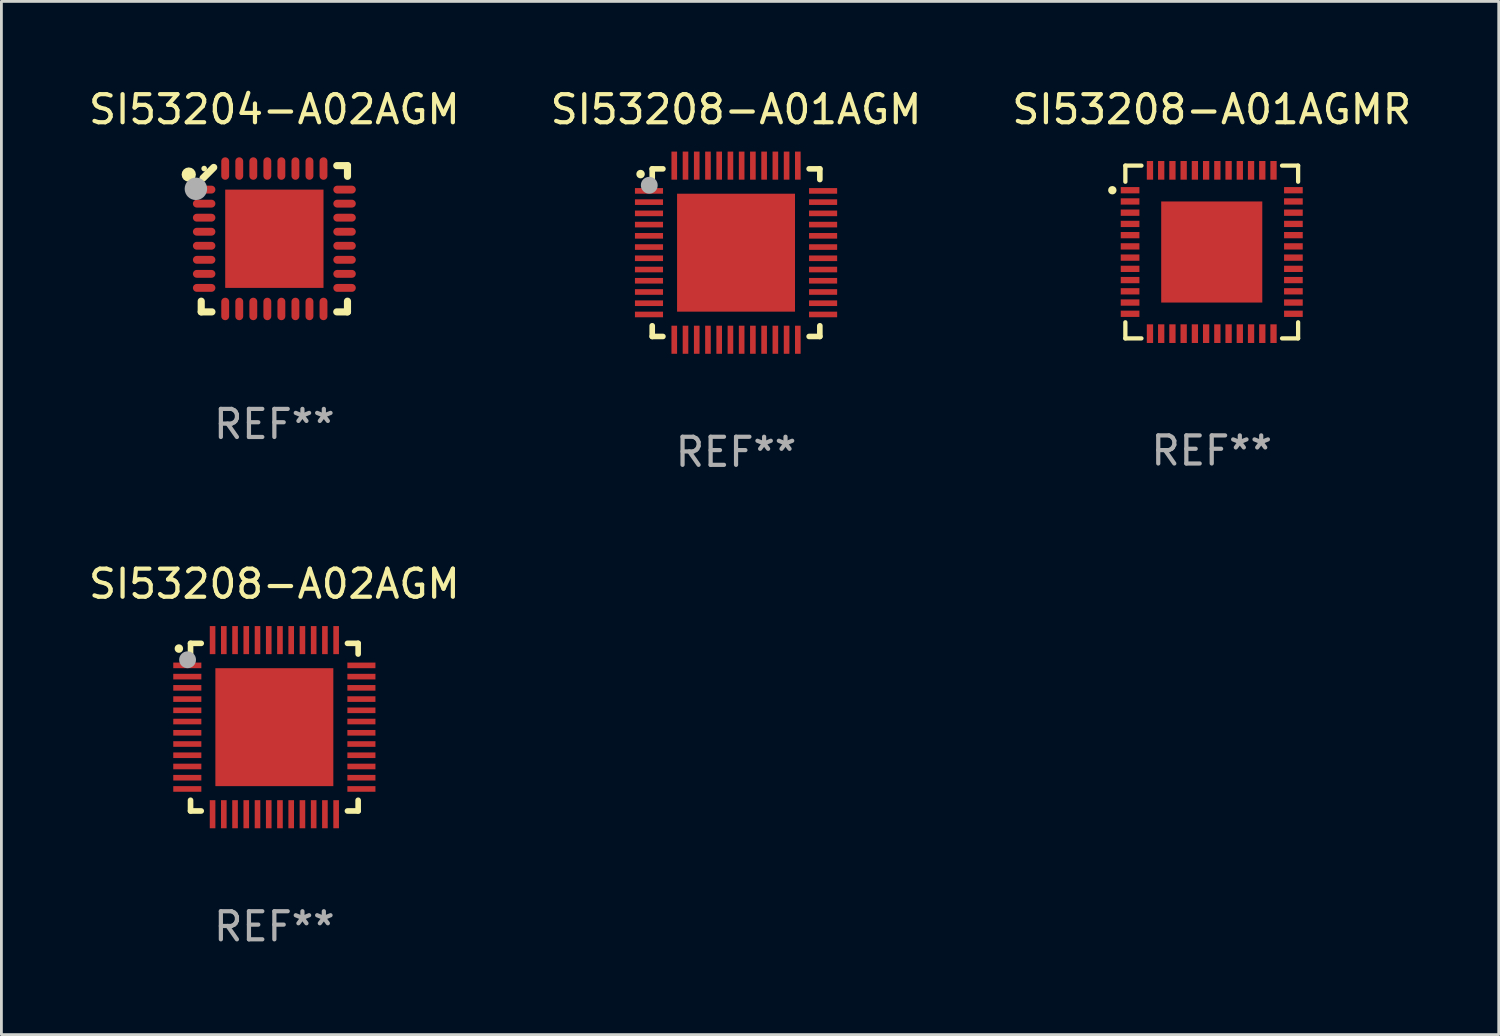
<source format=kicad_pcb>
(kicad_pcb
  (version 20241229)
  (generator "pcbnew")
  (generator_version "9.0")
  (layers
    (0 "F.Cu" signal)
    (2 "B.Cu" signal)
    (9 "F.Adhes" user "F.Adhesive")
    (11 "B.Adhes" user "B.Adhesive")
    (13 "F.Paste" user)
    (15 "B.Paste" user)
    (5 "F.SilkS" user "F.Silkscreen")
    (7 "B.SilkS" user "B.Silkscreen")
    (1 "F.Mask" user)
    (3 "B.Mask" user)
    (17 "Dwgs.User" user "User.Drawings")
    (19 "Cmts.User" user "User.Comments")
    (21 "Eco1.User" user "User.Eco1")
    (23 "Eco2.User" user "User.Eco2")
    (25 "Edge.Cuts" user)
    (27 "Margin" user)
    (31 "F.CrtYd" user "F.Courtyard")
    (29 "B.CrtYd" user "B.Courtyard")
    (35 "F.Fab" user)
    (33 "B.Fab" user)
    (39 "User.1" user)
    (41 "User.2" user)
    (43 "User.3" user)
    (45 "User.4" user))
  (footprint "SI53208-A01AGM"
    (layer "F.Cu")
    (at 23.161 5.948)
    (property "Reference" "SI53208-A01AGM" (at 0 -5.1 0) (layer "F.SilkS") (effects (font (size 1 1) (thickness 0.15))))
    (attr through_hole)
    (fp_line (start -2.985 -2.985) (end -2.604 -2.985) (stroke (width 0.2) (type solid)) (layer "F.SilkS"))
    (fp_line (start -2.985 -2.604) (end -2.985 -2.985) (stroke (width 0.2) (type solid)) (layer "F.SilkS"))
    (fp_line (start -2.985 2.984) (end -2.985 2.603) (stroke (width 0.2) (type solid)) (layer "F.SilkS"))
    (fp_line (start -2.604 2.984) (end -2.985 2.984) (stroke (width 0.2) (type solid)) (layer "F.SilkS"))
    (fp_line (start 2.603 -2.985) (end 2.984 -2.985) (stroke (width 0.2) (type solid)) (layer "F.SilkS"))
    (fp_line (start 2.984 -2.985) (end 2.984 -2.604) (stroke (width 0.2) (type solid)) (layer "F.SilkS"))
    (fp_line (start 2.984 2.603) (end 2.984 2.984) (stroke (width 0.2) (type solid)) (layer "F.SilkS"))
    (fp_line (start 2.984 2.984) (end 2.603 2.984) (stroke (width 0.2) (type solid)) (layer "F.SilkS"))
    (fp_arc (start -3.400076 -2.797562) (mid -3.400081 -2.798806) (end -3.400076 -2.800051) (stroke (width 0.3) (type solid)) (layer "F.SilkS"))
    (fp_circle (center -3 -3) (end -2.97 -3) (stroke (width 0.06) (type solid)) (fill no) (layer "F.SilkS"))
    (fp_circle (center -3.09 -2.4) (end -2.94 -2.4) (stroke (width 0.3) (type solid)) (fill no) (layer "F.Fab"))
    (fp_text user "REF**" (at 0 7.1 0) (layer "F.Fab") (effects (font (size 1 1) (thickness 0.15))))
    (pad "1" smd rect (at -3.1 -2.2) (size 1 0.2) (layers "F.Cu" "F.Mask" "F.Paste"))
    (pad "2" smd rect (at -3.1 -1.8) (size 1 0.2) (layers "F.Cu" "F.Mask" "F.Paste"))
    (pad "3" smd rect (at -3.1 -1.4) (size 1 0.2) (layers "F.Cu" "F.Mask" "F.Paste"))
    (pad "4" smd rect (at -3.1 -1) (size 1 0.2) (layers "F.Cu" "F.Mask" "F.Paste"))
    (pad "5" smd rect (at -3.1 -0.6) (size 1 0.2) (layers "F.Cu" "F.Mask" "F.Paste"))
    (pad "6" smd rect (at -3.1 -0.2) (size 1 0.2) (layers "F.Cu" "F.Mask" "F.Paste"))
    (pad "7" smd rect (at -3.1 0.2) (size 1 0.2) (layers "F.Cu" "F.Mask" "F.Paste"))
    (pad "8" smd rect (at -3.1 0.6) (size 1 0.2) (layers "F.Cu" "F.Mask" "F.Paste"))
    (pad "9" smd rect (at -3.1 1) (size 1 0.2) (layers "F.Cu" "F.Mask" "F.Paste"))
    (pad "10" smd rect (at -3.1 1.4) (size 1 0.2) (layers "F.Cu" "F.Mask" "F.Paste"))
    (pad "11" smd rect (at -3.1 1.8) (size 1 0.2) (layers "F.Cu" "F.Mask" "F.Paste"))
    (pad "12" smd rect (at -3.1 2.2) (size 1 0.2) (layers "F.Cu" "F.Mask" "F.Paste"))
    (pad "13" smd rect (at -2.2 3.1) (size 0.2 1) (layers "F.Cu" "F.Mask" "F.Paste"))
    (pad "14" smd rect (at -1.8 3.1) (size 0.2 1) (layers "F.Cu" "F.Mask" "F.Paste"))
    (pad "15" smd rect (at -1.4 3.1) (size 0.2 1) (layers "F.Cu" "F.Mask" "F.Paste"))
    (pad "16" smd rect (at -1 3.1) (size 0.2 1) (layers "F.Cu" "F.Mask" "F.Paste"))
    (pad "17" smd rect (at -0.6 3.1) (size 0.2 1) (layers "F.Cu" "F.Mask" "F.Paste"))
    (pad "18" smd rect (at -0.2 3.1) (size 0.2 1) (layers "F.Cu" "F.Mask" "F.Paste"))
    (pad "19" smd rect (at 0.2 3.1) (size 0.2 1) (layers "F.Cu" "F.Mask" "F.Paste"))
    (pad "20" smd rect (at 0.6 3.1) (size 0.2 1) (layers "F.Cu" "F.Mask" "F.Paste"))
    (pad "21" smd rect (at 1 3.1) (size 0.2 1) (layers "F.Cu" "F.Mask" "F.Paste"))
    (pad "22" smd rect (at 1.4 3.1) (size 0.2 1) (layers "F.Cu" "F.Mask" "F.Paste"))
    (pad "23" smd rect (at 1.8 3.1) (size 0.2 1) (layers "F.Cu" "F.Mask" "F.Paste"))
    (pad "24" smd rect (at 2.2 3.1) (size 0.2 1) (layers "F.Cu" "F.Mask" "F.Paste"))
    (pad "25" smd rect (at 3.1 2.2) (size 1 0.2) (layers "F.Cu" "F.Mask" "F.Paste"))
    (pad "26" smd rect (at 3.1 1.8) (size 1 0.2) (layers "F.Cu" "F.Mask" "F.Paste"))
    (pad "27" smd rect (at 3.1 1.4) (size 1 0.2) (layers "F.Cu" "F.Mask" "F.Paste"))
    (pad "28" smd rect (at 3.1 1) (size 1 0.2) (layers "F.Cu" "F.Mask" "F.Paste"))
    (pad "29" smd rect (at 3.1 0.6) (size 1 0.2) (layers "F.Cu" "F.Mask" "F.Paste"))
    (pad "30" smd rect (at 3.1 0.2) (size 1 0.2) (layers "F.Cu" "F.Mask" "F.Paste"))
    (pad "31" smd rect (at 3.1 -0.2) (size 1 0.2) (layers "F.Cu" "F.Mask" "F.Paste"))
    (pad "32" smd rect (at 3.1 -0.6) (size 1 0.2) (layers "F.Cu" "F.Mask" "F.Paste"))
    (pad "33" smd rect (at 3.1 -1) (size 1 0.2) (layers "F.Cu" "F.Mask" "F.Paste"))
    (pad "34" smd rect (at 3.1 -1.4) (size 1 0.2) (layers "F.Cu" "F.Mask" "F.Paste"))
    (pad "35" smd rect (at 3.1 -1.8) (size 1 0.2) (layers "F.Cu" "F.Mask" "F.Paste"))
    (pad "36" smd rect (at 3.1 -2.2) (size 1 0.2) (layers "F.Cu" "F.Mask" "F.Paste"))
    (pad "37" smd rect (at 2.2 -3.1) (size 0.2 1) (layers "F.Cu" "F.Mask" "F.Paste"))
    (pad "38" smd rect (at 1.8 -3.1) (size 0.2 1) (layers "F.Cu" "F.Mask" "F.Paste"))
    (pad "39" smd rect (at 1.4 -3.1) (size 0.2 1) (layers "F.Cu" "F.Mask" "F.Paste"))
    (pad "40" smd rect (at 1 -3.1) (size 0.2 1) (layers "F.Cu" "F.Mask" "F.Paste"))
    (pad "41" smd rect (at 0.6 -3.1) (size 0.2 1) (layers "F.Cu" "F.Mask" "F.Paste"))
    (pad "42" smd rect (at 0.2 -3.1) (size 0.2 1) (layers "F.Cu" "F.Mask" "F.Paste"))
    (pad "43" smd rect (at -0.2 -3.1) (size 0.2 1) (layers "F.Cu" "F.Mask" "F.Paste"))
    (pad "44" smd rect (at -0.6 -3.1) (size 0.2 1) (layers "F.Cu" "F.Mask" "F.Paste"))
    (pad "45" smd rect (at -1 -3.1) (size 0.2 1) (layers "F.Cu" "F.Mask" "F.Paste"))
    (pad "46" smd rect (at -1.4 -3.1) (size 0.2 1) (layers "F.Cu" "F.Mask" "F.Paste"))
    (pad "47" smd rect (at -1.8 -3.1) (size 0.2 1) (layers "F.Cu" "F.Mask" "F.Paste"))
    (pad "48" smd rect (at -2.2 -3.1) (size 0.2 1) (layers "F.Cu" "F.Mask" "F.Paste"))
    (pad "49" smd rect (at -0.000127 0) (size 4.2 4.2) (layers "F.Cu" "F.Mask" "F.Paste")))
  (footprint "SI53204-A02AGM"
    (layer "F.Cu")
    (at 6.72 5.452)
    (property "Reference" "SI53204-A02AGM" (at 0 -4.604 0) (layer "F.SilkS") (effects (font (size 1 1) (thickness 0.15))))
    (attr through_hole)
    (fp_line (start -2.604 2.223) (end -2.604 2.604) (stroke (width 0.254) (type solid)) (layer "F.SilkS"))
    (fp_line (start -2.604 2.604) (end -2.223 2.604) (stroke (width 0.254) (type solid)) (layer "F.SilkS"))
    (fp_line (start -2.159 -2.54) (end -2.54 -2.159) (stroke (width 0.254) (type solid)) (layer "F.SilkS"))
    (fp_line (start 2.223 2.604) (end 2.604 2.604) (stroke (width 0.254) (type solid)) (layer "F.SilkS"))
    (fp_line (start 2.604 -2.604) (end 2.223 -2.604) (stroke (width 0.254) (type solid)) (layer "F.SilkS"))
    (fp_line (start 2.604 -2.223) (end 2.604 -2.604) (stroke (width 0.254) (type solid)) (layer "F.SilkS"))
    (fp_line (start 2.604 2.604) (end 2.604 2.223) (stroke (width 0.254) (type solid)) (layer "F.SilkS"))
    (fp_circle (center -3.048 -2.286) (end -2.921 -2.286) (stroke (width 0.254) (type solid)) (fill no) (layer "F.SilkS"))
    (fp_circle (center -2.5 -2.5) (end -2.45 -2.5) (stroke (width 0.1) (type solid)) (fill no) (layer "F.SilkS"))
    (fp_circle (center -2.794 -1.778) (end -2.594 -1.778) (stroke (width 0.4) (type solid)) (fill no) (layer "F.Fab"))
    (fp_text user "REF**" (at 0 6.604 0) (layer "F.Fab") (effects (font (size 1 1) (thickness 0.15))))
    (pad "1" smd oval (at -2.5 -1.75) (size 0.8 0.28) (layers "F.Cu" "F.Mask" "F.Paste"))
    (pad "2" smd oval (at -2.5 -1.25) (size 0.8 0.28) (layers "F.Cu" "F.Mask" "F.Paste"))
    (pad "3" smd oval (at -2.5 -0.75) (size 0.8 0.28) (layers "F.Cu" "F.Mask" "F.Paste"))
    (pad "4" smd oval (at -2.5 -0.25) (size 0.8 0.28) (layers "F.Cu" "F.Mask" "F.Paste"))
    (pad "5" smd oval (at -2.5 0.25) (size 0.8 0.28) (layers "F.Cu" "F.Mask" "F.Paste"))
    (pad "6" smd oval (at -2.5 0.75) (size 0.8 0.28) (layers "F.Cu" "F.Mask" "F.Paste"))
    (pad "7" smd oval (at -2.5 1.25) (size 0.8 0.28) (layers "F.Cu" "F.Mask" "F.Paste"))
    (pad "8" smd oval (at -2.5 1.75) (size 0.8 0.28) (layers "F.Cu" "F.Mask" "F.Paste"))
    (pad "9" smd oval (at -1.75 2.5) (size 0.28 0.8) (layers "F.Cu" "F.Mask" "F.Paste"))
    (pad "10" smd oval (at -1.25 2.5) (size 0.28 0.8) (layers "F.Cu" "F.Mask" "F.Paste"))
    (pad "11" smd oval (at -0.75 2.5) (size 0.28 0.8) (layers "F.Cu" "F.Mask" "F.Paste"))
    (pad "12" smd oval (at -0.25 2.5) (size 0.28 0.8) (layers "F.Cu" "F.Mask" "F.Paste"))
    (pad "13" smd oval (at 0.25 2.5) (size 0.28 0.8) (layers "F.Cu" "F.Mask" "F.Paste"))
    (pad "14" smd oval (at 0.75 2.5) (size 0.28 0.8) (layers "F.Cu" "F.Mask" "F.Paste"))
    (pad "15" smd oval (at 1.25 2.5) (size 0.28 0.8) (layers "F.Cu" "F.Mask" "F.Paste"))
    (pad "16" smd oval (at 1.75 2.5) (size 0.28 0.8) (layers "F.Cu" "F.Mask" "F.Paste"))
    (pad "17" smd oval (at 2.5 1.75) (size 0.8 0.28) (layers "F.Cu" "F.Mask" "F.Paste"))
    (pad "18" smd oval (at 2.5 1.25) (size 0.8 0.28) (layers "F.Cu" "F.Mask" "F.Paste"))
    (pad "19" smd oval (at 2.5 0.75) (size 0.8 0.28) (layers "F.Cu" "F.Mask" "F.Paste"))
    (pad "20" smd oval (at 2.5 0.25) (size 0.8 0.28) (layers "F.Cu" "F.Mask" "F.Paste"))
    (pad "21" smd oval (at 2.5 -0.25) (size 0.8 0.28) (layers "F.Cu" "F.Mask" "F.Paste"))
    (pad "22" smd oval (at 2.5 -0.75) (size 0.8 0.28) (layers "F.Cu" "F.Mask" "F.Paste"))
    (pad "23" smd oval (at 2.5 -1.25) (size 0.8 0.28) (layers "F.Cu" "F.Mask" "F.Paste"))
    (pad "24" smd oval (at 2.5 -1.75) (size 0.8 0.28) (layers "F.Cu" "F.Mask" "F.Paste"))
    (pad "25" smd oval (at 1.75 -2.5) (size 0.28 0.8) (layers "F.Cu" "F.Mask" "F.Paste"))
    (pad "26" smd oval (at 1.25 -2.5) (size 0.28 0.8) (layers "F.Cu" "F.Mask" "F.Paste"))
    (pad "27" smd oval (at 0.75 -2.5) (size 0.28 0.8) (layers "F.Cu" "F.Mask" "F.Paste"))
    (pad "28" smd oval (at 0.25 -2.5) (size 0.28 0.8) (layers "F.Cu" "F.Mask" "F.Paste"))
    (pad "29" smd oval (at -0.25 -2.5) (size 0.28 0.8) (layers "F.Cu" "F.Mask" "F.Paste"))
    (pad "30" smd oval (at -0.75 -2.5) (size 0.28 0.8) (layers "F.Cu" "F.Mask" "F.Paste"))
    (pad "31" smd oval (at -1.25 -2.5) (size 0.28 0.8) (layers "F.Cu" "F.Mask" "F.Paste"))
    (pad "32" smd oval (at -1.75 -2.5) (size 0.28 0.8) (layers "F.Cu" "F.Mask" "F.Paste"))
    (pad "33" smd rect (at 0.000076 0.000076) (size 3.5 3.5) (layers "F.Cu" "F.Mask" "F.Paste")))
  (footprint "SI53208-A02AGM"
    (layer "F.Cu")
    (at 6.72 22.845)
    (property "Reference" "SI53208-A02AGM" (at 0 -5.1 0) (layer "F.SilkS") (effects (font (size 1 1) (thickness 0.15))))
    (attr through_hole)
    (fp_line (start -2.985 -2.985) (end -2.604 -2.985) (stroke (width 0.2) (type solid)) (layer "F.SilkS"))
    (fp_line (start -2.985 -2.604) (end -2.985 -2.985) (stroke (width 0.2) (type solid)) (layer "F.SilkS"))
    (fp_line (start -2.985 2.984) (end -2.985 2.603) (stroke (width 0.2) (type solid)) (layer "F.SilkS"))
    (fp_line (start -2.604 2.984) (end -2.985 2.984) (stroke (width 0.2) (type solid)) (layer "F.SilkS"))
    (fp_line (start 2.603 -2.985) (end 2.984 -2.985) (stroke (width 0.2) (type solid)) (layer "F.SilkS"))
    (fp_line (start 2.984 -2.985) (end 2.984 -2.604) (stroke (width 0.2) (type solid)) (layer "F.SilkS"))
    (fp_line (start 2.984 2.603) (end 2.984 2.984) (stroke (width 0.2) (type solid)) (layer "F.SilkS"))
    (fp_line (start 2.984 2.984) (end 2.603 2.984) (stroke (width 0.2) (type solid)) (layer "F.SilkS"))
    (fp_arc (start -3.400076 -2.797562) (mid -3.400081 -2.798806) (end -3.400076 -2.800051) (stroke (width 0.3) (type solid)) (layer "F.SilkS"))
    (fp_circle (center -3 -3) (end -2.97 -3) (stroke (width 0.06) (type solid)) (fill no) (layer "F.SilkS"))
    (fp_circle (center -3.09 -2.4) (end -2.94 -2.4) (stroke (width 0.3) (type solid)) (fill no) (layer "F.Fab"))
    (fp_text user "REF**" (at 0 7.1 0) (layer "F.Fab") (effects (font (size 1 1) (thickness 0.15))))
    (pad "1" smd rect (at -3.1 -2.2) (size 1 0.2) (layers "F.Cu" "F.Mask" "F.Paste"))
    (pad "2" smd rect (at -3.1 -1.8) (size 1 0.2) (layers "F.Cu" "F.Mask" "F.Paste"))
    (pad "3" smd rect (at -3.1 -1.4) (size 1 0.2) (layers "F.Cu" "F.Mask" "F.Paste"))
    (pad "4" smd rect (at -3.1 -1) (size 1 0.2) (layers "F.Cu" "F.Mask" "F.Paste"))
    (pad "5" smd rect (at -3.1 -0.6) (size 1 0.2) (layers "F.Cu" "F.Mask" "F.Paste"))
    (pad "6" smd rect (at -3.1 -0.2) (size 1 0.2) (layers "F.Cu" "F.Mask" "F.Paste"))
    (pad "7" smd rect (at -3.1 0.2) (size 1 0.2) (layers "F.Cu" "F.Mask" "F.Paste"))
    (pad "8" smd rect (at -3.1 0.6) (size 1 0.2) (layers "F.Cu" "F.Mask" "F.Paste"))
    (pad "9" smd rect (at -3.1 1) (size 1 0.2) (layers "F.Cu" "F.Mask" "F.Paste"))
    (pad "10" smd rect (at -3.1 1.4) (size 1 0.2) (layers "F.Cu" "F.Mask" "F.Paste"))
    (pad "11" smd rect (at -3.1 1.8) (size 1 0.2) (layers "F.Cu" "F.Mask" "F.Paste"))
    (pad "12" smd rect (at -3.1 2.2) (size 1 0.2) (layers "F.Cu" "F.Mask" "F.Paste"))
    (pad "13" smd rect (at -2.2 3.1) (size 0.2 1) (layers "F.Cu" "F.Mask" "F.Paste"))
    (pad "14" smd rect (at -1.8 3.1) (size 0.2 1) (layers "F.Cu" "F.Mask" "F.Paste"))
    (pad "15" smd rect (at -1.4 3.1) (size 0.2 1) (layers "F.Cu" "F.Mask" "F.Paste"))
    (pad "16" smd rect (at -1 3.1) (size 0.2 1) (layers "F.Cu" "F.Mask" "F.Paste"))
    (pad "17" smd rect (at -0.6 3.1) (size 0.2 1) (layers "F.Cu" "F.Mask" "F.Paste"))
    (pad "18" smd rect (at -0.2 3.1) (size 0.2 1) (layers "F.Cu" "F.Mask" "F.Paste"))
    (pad "19" smd rect (at 0.2 3.1) (size 0.2 1) (layers "F.Cu" "F.Mask" "F.Paste"))
    (pad "20" smd rect (at 0.6 3.1) (size 0.2 1) (layers "F.Cu" "F.Mask" "F.Paste"))
    (pad "21" smd rect (at 1 3.1) (size 0.2 1) (layers "F.Cu" "F.Mask" "F.Paste"))
    (pad "22" smd rect (at 1.4 3.1) (size 0.2 1) (layers "F.Cu" "F.Mask" "F.Paste"))
    (pad "23" smd rect (at 1.8 3.1) (size 0.2 1) (layers "F.Cu" "F.Mask" "F.Paste"))
    (pad "24" smd rect (at 2.2 3.1) (size 0.2 1) (layers "F.Cu" "F.Mask" "F.Paste"))
    (pad "25" smd rect (at 3.1 2.2) (size 1 0.2) (layers "F.Cu" "F.Mask" "F.Paste"))
    (pad "26" smd rect (at 3.1 1.8) (size 1 0.2) (layers "F.Cu" "F.Mask" "F.Paste"))
    (pad "27" smd rect (at 3.1 1.4) (size 1 0.2) (layers "F.Cu" "F.Mask" "F.Paste"))
    (pad "28" smd rect (at 3.1 1) (size 1 0.2) (layers "F.Cu" "F.Mask" "F.Paste"))
    (pad "29" smd rect (at 3.1 0.6) (size 1 0.2) (layers "F.Cu" "F.Mask" "F.Paste"))
    (pad "30" smd rect (at 3.1 0.2) (size 1 0.2) (layers "F.Cu" "F.Mask" "F.Paste"))
    (pad "31" smd rect (at 3.1 -0.2) (size 1 0.2) (layers "F.Cu" "F.Mask" "F.Paste"))
    (pad "32" smd rect (at 3.1 -0.6) (size 1 0.2) (layers "F.Cu" "F.Mask" "F.Paste"))
    (pad "33" smd rect (at 3.1 -1) (size 1 0.2) (layers "F.Cu" "F.Mask" "F.Paste"))
    (pad "34" smd rect (at 3.1 -1.4) (size 1 0.2) (layers "F.Cu" "F.Mask" "F.Paste"))
    (pad "35" smd rect (at 3.1 -1.8) (size 1 0.2) (layers "F.Cu" "F.Mask" "F.Paste"))
    (pad "36" smd rect (at 3.1 -2.2) (size 1 0.2) (layers "F.Cu" "F.Mask" "F.Paste"))
    (pad "37" smd rect (at 2.2 -3.1) (size 0.2 1) (layers "F.Cu" "F.Mask" "F.Paste"))
    (pad "38" smd rect (at 1.8 -3.1) (size 0.2 1) (layers "F.Cu" "F.Mask" "F.Paste"))
    (pad "39" smd rect (at 1.4 -3.1) (size 0.2 1) (layers "F.Cu" "F.Mask" "F.Paste"))
    (pad "40" smd rect (at 1 -3.1) (size 0.2 1) (layers "F.Cu" "F.Mask" "F.Paste"))
    (pad "41" smd rect (at 0.6 -3.1) (size 0.2 1) (layers "F.Cu" "F.Mask" "F.Paste"))
    (pad "42" smd rect (at 0.2 -3.1) (size 0.2 1) (layers "F.Cu" "F.Mask" "F.Paste"))
    (pad "43" smd rect (at -0.2 -3.1) (size 0.2 1) (layers "F.Cu" "F.Mask" "F.Paste"))
    (pad "44" smd rect (at -0.6 -3.1) (size 0.2 1) (layers "F.Cu" "F.Mask" "F.Paste"))
    (pad "45" smd rect (at -1 -3.1) (size 0.2 1) (layers "F.Cu" "F.Mask" "F.Paste"))
    (pad "46" smd rect (at -1.4 -3.1) (size 0.2 1) (layers "F.Cu" "F.Mask" "F.Paste"))
    (pad "47" smd rect (at -1.8 -3.1) (size 0.2 1) (layers "F.Cu" "F.Mask" "F.Paste"))
    (pad "48" smd rect (at -2.2 -3.1) (size 0.2 1) (layers "F.Cu" "F.Mask" "F.Paste"))
    (pad "49" smd rect (at -0.000127 0) (size 4.2 4.2) (layers "F.Cu" "F.Mask" "F.Paste")))
  (footprint "SI53208-A01AGMR"
    (layer "F.Cu")
    (at 40.101 5.924)
    (property "Reference" "SI53208-A01AGMR" (at 0 -5.076 0) (layer "F.SilkS") (effects (font (size 1 1) (thickness 0.15))))
    (attr through_hole)
    (fp_line (start -3.076 -3.076) (end -3.076 -2.503) (stroke (width 0.152) (type solid)) (layer "F.SilkS"))
    (fp_line (start -3.076 3.076) (end -3.076 2.503) (stroke (width 0.152) (type solid)) (layer "F.SilkS"))
    (fp_line (start -2.503 -3.076) (end -3.076 -3.076) (stroke (width 0.152) (type solid)) (layer "F.SilkS"))
    (fp_line (start -2.503 3.076) (end -3.076 3.076) (stroke (width 0.152) (type solid)) (layer "F.SilkS"))
    (fp_line (start 2.503 -3.076) (end 3.076 -3.076) (stroke (width 0.152) (type solid)) (layer "F.SilkS"))
    (fp_line (start 2.503 3.076) (end 3.076 3.076) (stroke (width 0.152) (type solid)) (layer "F.SilkS"))
    (fp_line (start 3.076 -3.076) (end 3.076 -2.503) (stroke (width 0.152) (type solid)) (layer "F.SilkS"))
    (fp_line (start 3.076 3.076) (end 3.076 2.503) (stroke (width 0.152) (type solid)) (layer "F.SilkS"))
    (fp_circle (center -3.54 -2.2) (end -3.465 -2.2) (stroke (width 0.15) (type solid)) (fill no) (layer "F.SilkS"))
    (fp_text user "REF**" (at 0 7.076 0) (layer "F.Fab") (effects (font (size 1 1) (thickness 0.15))))
    (pad "1" smd rect (at -2.908 -2.2) (size 0.665 0.224) (layers "F.Cu" "F.Mask" "F.Paste"))
    (pad "2" smd rect (at -2.908 -1.8) (size 0.665 0.224) (layers "F.Cu" "F.Mask" "F.Paste"))
    (pad "3" smd rect (at -2.908 -1.4) (size 0.665 0.224) (layers "F.Cu" "F.Mask" "F.Paste"))
    (pad "4" smd rect (at -2.908 -1) (size 0.665 0.224) (layers "F.Cu" "F.Mask" "F.Paste"))
    (pad "5" smd rect (at -2.908 -0.6) (size 0.665 0.224) (layers "F.Cu" "F.Mask" "F.Paste"))
    (pad "6" smd rect (at -2.908 -0.2) (size 0.665 0.224) (layers "F.Cu" "F.Mask" "F.Paste"))
    (pad "7" smd rect (at -2.908 0.2) (size 0.665 0.224) (layers "F.Cu" "F.Mask" "F.Paste"))
    (pad "8" smd rect (at -2.908 0.6) (size 0.665 0.224) (layers "F.Cu" "F.Mask" "F.Paste"))
    (pad "9" smd rect (at -2.908 1) (size 0.665 0.224) (layers "F.Cu" "F.Mask" "F.Paste"))
    (pad "10" smd rect (at -2.908 1.4) (size 0.665 0.224) (layers "F.Cu" "F.Mask" "F.Paste"))
    (pad "11" smd rect (at -2.908 1.8) (size 0.665 0.224) (layers "F.Cu" "F.Mask" "F.Paste"))
    (pad "12" smd rect (at -2.908 2.2) (size 0.665 0.224) (layers "F.Cu" "F.Mask" "F.Paste"))
    (pad "13" smd rect (at -2.2 2.908) (size 0.224 0.665) (layers "F.Cu" "F.Mask" "F.Paste"))
    (pad "14" smd rect (at -1.8 2.908) (size 0.224 0.665) (layers "F.Cu" "F.Mask" "F.Paste"))
    (pad "15" smd rect (at -1.4 2.908) (size 0.224 0.665) (layers "F.Cu" "F.Mask" "F.Paste"))
    (pad "16" smd rect (at -1 2.908) (size 0.224 0.665) (layers "F.Cu" "F.Mask" "F.Paste"))
    (pad "17" smd rect (at -0.6 2.908) (size 0.224 0.665) (layers "F.Cu" "F.Mask" "F.Paste"))
    (pad "18" smd rect (at -0.2 2.908) (size 0.224 0.665) (layers "F.Cu" "F.Mask" "F.Paste"))
    (pad "19" smd rect (at 0.2 2.908) (size 0.224 0.665) (layers "F.Cu" "F.Mask" "F.Paste"))
    (pad "20" smd rect (at 0.6 2.908) (size 0.224 0.665) (layers "F.Cu" "F.Mask" "F.Paste"))
    (pad "21" smd rect (at 1 2.908) (size 0.224 0.665) (layers "F.Cu" "F.Mask" "F.Paste"))
    (pad "22" smd rect (at 1.4 2.908) (size 0.224 0.665) (layers "F.Cu" "F.Mask" "F.Paste"))
    (pad "23" smd rect (at 1.8 2.908) (size 0.224 0.665) (layers "F.Cu" "F.Mask" "F.Paste"))
    (pad "24" smd rect (at 2.2 2.908) (size 0.224 0.665) (layers "F.Cu" "F.Mask" "F.Paste"))
    (pad "25" smd rect (at 2.908 2.2) (size 0.665 0.224) (layers "F.Cu" "F.Mask" "F.Paste"))
    (pad "26" smd rect (at 2.908 1.8) (size 0.665 0.224) (layers "F.Cu" "F.Mask" "F.Paste"))
    (pad "27" smd rect (at 2.908 1.4) (size 0.665 0.224) (layers "F.Cu" "F.Mask" "F.Paste"))
    (pad "28" smd rect (at 2.908 1) (size 0.665 0.224) (layers "F.Cu" "F.Mask" "F.Paste"))
    (pad "29" smd rect (at 2.908 0.6) (size 0.665 0.224) (layers "F.Cu" "F.Mask" "F.Paste"))
    (pad "30" smd rect (at 2.908 0.2) (size 0.665 0.224) (layers "F.Cu" "F.Mask" "F.Paste"))
    (pad "31" smd rect (at 2.908 -0.2) (size 0.665 0.224) (layers "F.Cu" "F.Mask" "F.Paste"))
    (pad "32" smd rect (at 2.908 -0.6) (size 0.665 0.224) (layers "F.Cu" "F.Mask" "F.Paste"))
    (pad "33" smd rect (at 2.908 -1) (size 0.665 0.224) (layers "F.Cu" "F.Mask" "F.Paste"))
    (pad "34" smd rect (at 2.908 -1.4) (size 0.665 0.224) (layers "F.Cu" "F.Mask" "F.Paste"))
    (pad "35" smd rect (at 2.908 -1.8) (size 0.665 0.224) (layers "F.Cu" "F.Mask" "F.Paste"))
    (pad "36" smd rect (at 2.908 -2.2) (size 0.665 0.224) (layers "F.Cu" "F.Mask" "F.Paste"))
    (pad "37" smd rect (at 2.2 -2.908) (size 0.224 0.665) (layers "F.Cu" "F.Mask" "F.Paste"))
    (pad "38" smd rect (at 1.8 -2.908) (size 0.224 0.665) (layers "F.Cu" "F.Mask" "F.Paste"))
    (pad "39" smd rect (at 1.4 -2.908) (size 0.224 0.665) (layers "F.Cu" "F.Mask" "F.Paste"))
    (pad "40" smd rect (at 1 -2.908) (size 0.224 0.665) (layers "F.Cu" "F.Mask" "F.Paste"))
    (pad "41" smd rect (at 0.6 -2.908) (size 0.224 0.665) (layers "F.Cu" "F.Mask" "F.Paste"))
    (pad "42" smd rect (at 0.2 -2.908) (size 0.224 0.665) (layers "F.Cu" "F.Mask" "F.Paste"))
    (pad "43" smd rect (at -0.2 -2.908) (size 0.224 0.665) (layers "F.Cu" "F.Mask" "F.Paste"))
    (pad "44" smd rect (at -0.6 -2.908) (size 0.224 0.665) (layers "F.Cu" "F.Mask" "F.Paste"))
    (pad "45" smd rect (at -1 -2.908) (size 0.224 0.665) (layers "F.Cu" "F.Mask" "F.Paste"))
    (pad "46" smd rect (at -1.4 -2.908) (size 0.224 0.665) (layers "F.Cu" "F.Mask" "F.Paste"))
    (pad "47" smd rect (at -1.8 -2.908) (size 0.224 0.665) (layers "F.Cu" "F.Mask" "F.Paste"))
    (pad "48" smd rect (at -2.2 -2.908) (size 0.224 0.665) (layers "F.Cu" "F.Mask" "F.Paste"))
    (pad "49" smd rect (at 0 0) (size 3.6 3.6) (layers "F.Cu" "F.Mask" "F.Paste")))
  (gr_rect
    (start -3 -3)
    (end 50.321 33.793)
    (stroke (width 0.1) (type default))
    (fill no)
    (layer "Edge.Cuts")))
</source>
